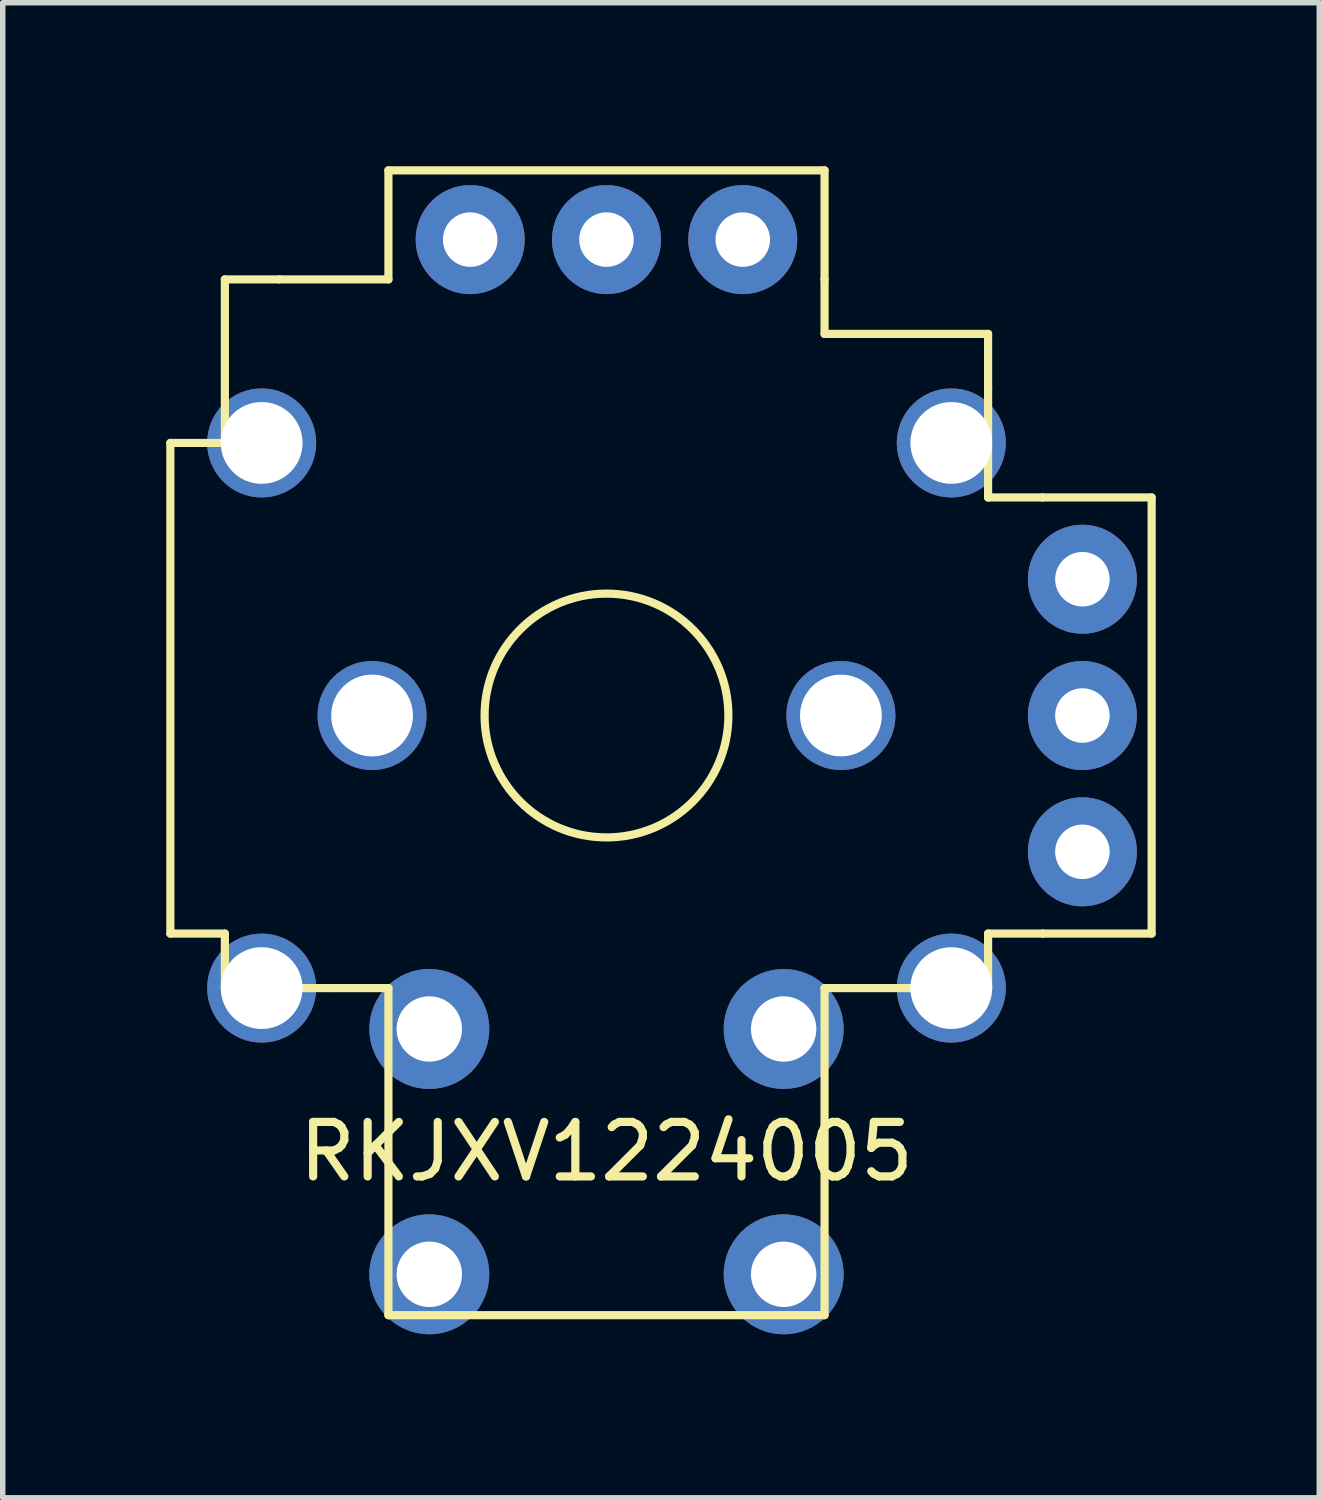
<source format=kicad_pcb>
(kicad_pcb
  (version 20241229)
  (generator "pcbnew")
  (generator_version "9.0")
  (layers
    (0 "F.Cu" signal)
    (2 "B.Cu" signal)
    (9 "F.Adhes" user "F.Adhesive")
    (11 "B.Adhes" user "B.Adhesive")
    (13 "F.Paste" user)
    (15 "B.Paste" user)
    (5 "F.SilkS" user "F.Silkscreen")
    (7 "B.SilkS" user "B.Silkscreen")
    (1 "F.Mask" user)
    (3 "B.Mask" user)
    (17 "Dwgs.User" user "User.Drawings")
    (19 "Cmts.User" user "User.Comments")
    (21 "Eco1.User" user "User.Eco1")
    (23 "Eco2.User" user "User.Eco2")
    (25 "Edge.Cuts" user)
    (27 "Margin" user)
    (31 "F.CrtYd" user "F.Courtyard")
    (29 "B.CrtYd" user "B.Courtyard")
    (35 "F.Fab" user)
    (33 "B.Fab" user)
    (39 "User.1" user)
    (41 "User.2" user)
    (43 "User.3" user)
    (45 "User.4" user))
  (footprint "RKJXV1224005"
    (layer "F.Cu")
    (at 8.075 10.075)
    (property "Reference" "RKJXV1224005" (at 0 8 0) (layer "F.SilkS") (effects (font (size 1 1) (thickness 0.15))))
    (attr through_hole)
    (fp_line (start -8 4) (end -8 -5) (stroke (width 0.15) (type solid)) (layer "F.SilkS"))
    (fp_line (start -7 -8) (end -7 -5) (stroke (width 0.15) (type solid)) (layer "F.SilkS"))
    (fp_line (start -7 -5) (end -8 -5) (stroke (width 0.15) (type solid)) (layer "F.SilkS"))
    (fp_line (start -7 4) (end -8 4) (stroke (width 0.15) (type solid)) (layer "F.SilkS"))
    (fp_line (start -7 5) (end -7 4) (stroke (width 0.15) (type solid)) (layer "F.SilkS"))
    (fp_line (start -7 5) (end -5 5) (stroke (width 0.15) (type solid)) (layer "F.SilkS"))
    (fp_line (start -6 -8) (end -7 -8) (stroke (width 0.15) (type solid)) (layer "F.SilkS"))
    (fp_line (start -5 5) (end -4 5) (stroke (width 0.15) (type solid)) (layer "F.SilkS"))
    (fp_line (start -4 -10) (end -4 -8) (stroke (width 0.15) (type solid)) (layer "F.SilkS"))
    (fp_line (start -4 -8) (end -6 -8) (stroke (width 0.15) (type solid)) (layer "F.SilkS"))
    (fp_line (start -4 5) (end -4 11) (stroke (width 0.15) (type solid)) (layer "F.SilkS"))
    (fp_line (start -4 11) (end 4 11) (stroke (width 0.15) (type solid)) (layer "F.SilkS"))
    (fp_line (start 4 -10) (end -4 -10) (stroke (width 0.15) (type solid)) (layer "F.SilkS"))
    (fp_line (start 4 -10) (end 4 -8) (stroke (width 0.15) (type solid)) (layer "F.SilkS"))
    (fp_line (start 4 -8) (end 4 -7) (stroke (width 0.15) (type solid)) (layer "F.SilkS"))
    (fp_line (start 4 -7) (end 7 -7) (stroke (width 0.15) (type solid)) (layer "F.SilkS"))
    (fp_line (start 4 5) (end 7 5) (stroke (width 0.15) (type solid)) (layer "F.SilkS"))
    (fp_line (start 4 11) (end 4 5) (stroke (width 0.15) (type solid)) (layer "F.SilkS"))
    (fp_line (start 7 -7) (end 7 -6) (stroke (width 0.15) (type solid)) (layer "F.SilkS"))
    (fp_line (start 7 -6) (end 7 -4) (stroke (width 0.15) (type solid)) (layer "F.SilkS"))
    (fp_line (start 7 -4) (end 8 -4) (stroke (width 0.15) (type solid)) (layer "F.SilkS"))
    (fp_line (start 7 4) (end 7 5) (stroke (width 0.15) (type solid)) (layer "F.SilkS"))
    (fp_line (start 8 4) (end 7 4) (stroke (width 0.15) (type solid)) (layer "F.SilkS"))
    (fp_line (start 8 4) (end 10 4) (stroke (width 0.15) (type solid)) (layer "F.SilkS"))
    (fp_line (start 10 -4) (end 8 -4) (stroke (width 0.15) (type solid)) (layer "F.SilkS"))
    (fp_line (start 10 4) (end 10 -4) (stroke (width 0.15) (type solid)) (layer "F.SilkS"))
    (fp_circle (center 0 0) (end -2 1) (stroke (width 0.15) (type solid)) (fill no) (layer "F.SilkS"))
    (pad "" np_thru_hole circle (at -6.325 -5) (size 2 2) (drill 1.5) (layers "*.Cu" "*.Mask"))
    (pad "" np_thru_hole circle (at -6.325 5) (size 2 2) (drill 1.5) (layers "*.Cu" "*.Mask"))
    (pad "" np_thru_hole circle (at -4.3 0) (size 2 2) (drill 1.5) (layers "*.Cu" "*.Mask"))
    (pad "" np_thru_hole circle (at 4.3 0) (size 2 2) (drill 1.5) (layers "*.Cu" "*.Mask"))
    (pad "" np_thru_hole circle (at 6.325 -5) (size 2 2) (drill 1.5) (layers "*.Cu" "*.Mask"))
    (pad "" np_thru_hole circle (at 6.325 5) (size 2 2) (drill 1.5) (layers "*.Cu" "*.Mask"))
    (pad "1" thru_hole circle (at 8.73 2.5) (size 2 2) (drill 1) (layers "*.Cu" "*.Mask"))
    (pad "2" thru_hole circle (at 8.73 0) (size 2 2) (drill 1) (layers "*.Cu" "*.Mask"))
    (pad "3" thru_hole circle (at 8.73 -2.5) (size 2 2) (drill 1) (layers "*.Cu" "*.Mask"))
    (pad "4" thru_hole circle (at 2.5 -8.73) (size 2 2) (drill 1) (layers "*.Cu" "*.Mask"))
    (pad "5" thru_hole circle (at 0 -8.73) (size 2 2) (drill 1) (layers "*.Cu" "*.Mask"))
    (pad "6" thru_hole circle (at -2.5 -8.73) (size 2 2) (drill 1) (layers "*.Cu" "*.Mask"))
    (pad "7" thru_hole circle (at -3.25 5.75) (size 2.2 2.2) (drill 1.2) (layers "*.Cu" "*.Mask"))
    (pad "8" thru_hole circle (at -3.25 10.25) (size 2.2 2.2) (drill 1.2) (layers "*.Cu" "*.Mask"))
    (pad "9" thru_hole circle (at 3.25 5.75) (size 2.2 2.2) (drill 1.2) (layers "*.Cu" "*.Mask"))
    (pad "10" thru_hole circle (at 3.25 10.25) (size 2.2 2.2) (drill 1.2) (layers "*.Cu" "*.Mask")))
  (gr_rect
    (start -3 -3)
    (end 21.15 24.425)
    (stroke (width 0.1) (type default))
    (fill no)
    (layer "Edge.Cuts")))
</source>
